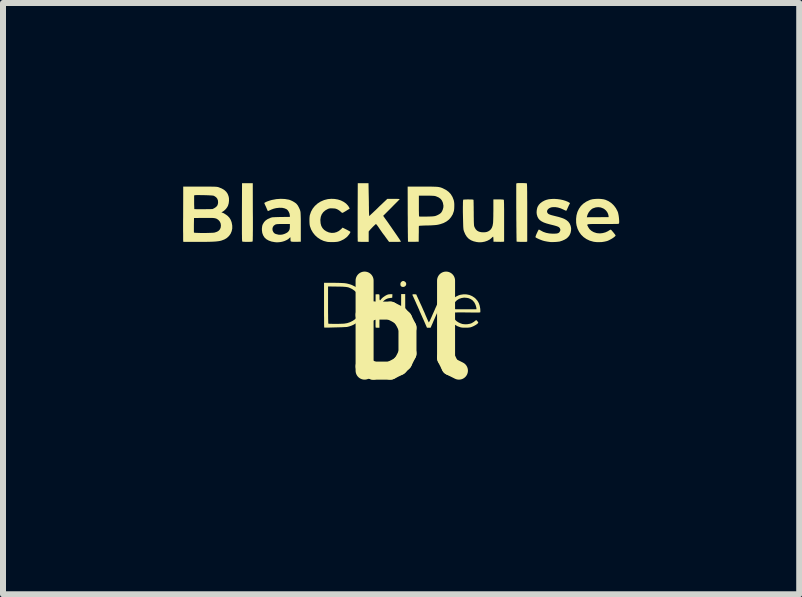
<source format=kicad_pcb>
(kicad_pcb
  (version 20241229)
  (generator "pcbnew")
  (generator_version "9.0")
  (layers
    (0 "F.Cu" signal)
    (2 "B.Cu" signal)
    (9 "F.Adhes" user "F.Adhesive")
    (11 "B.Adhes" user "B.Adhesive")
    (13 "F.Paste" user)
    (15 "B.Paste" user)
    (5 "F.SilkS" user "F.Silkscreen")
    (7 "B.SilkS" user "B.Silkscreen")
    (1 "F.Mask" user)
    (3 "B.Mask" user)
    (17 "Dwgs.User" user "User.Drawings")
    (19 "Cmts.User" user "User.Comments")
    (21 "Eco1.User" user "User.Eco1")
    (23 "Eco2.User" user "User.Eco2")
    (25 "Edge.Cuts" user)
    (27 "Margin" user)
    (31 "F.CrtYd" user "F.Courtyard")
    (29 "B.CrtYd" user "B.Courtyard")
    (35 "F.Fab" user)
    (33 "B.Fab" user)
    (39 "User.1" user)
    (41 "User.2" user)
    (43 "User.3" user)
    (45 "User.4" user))
  (footprint "bl"
    (layer "F.Cu")
    (at 3.738 2.446)
    (property "Reference" "bl" (at 0 0 0) (layer "F.SilkS") (effects (font (size 1.5 1.5) (thickness 0.3))))
    (attr board_only exclude_from_pos_files exclude_from_bom)
    (fp_poly (pts (xy -0.046 -0.807) (xy -0.03 -0.793) (xy -0.022 -0.776) (xy -0.021 -0.758) (xy -0.027 -0.741) (xy -0.039 -0.728) (xy -0.055 -0.718) (xy -0.075 -0.716) (xy -0.09 -0.718) (xy -0.106 -0.726) (xy -0.115 -0.739) (xy -0.118 -0.76) (xy -0.118 -0.763) (xy -0.116 -0.78) (xy -0.109 -0.793) (xy -0.103 -0.8) (xy -0.085 -0.813) (xy -0.066 -0.815)) (stroke (width 0) (type solid)) (fill yes) (layer "F.SilkS"))
    (fp_poly (pts (xy -0.037 -0.317) (xy -0.036 -0.036) (xy -0.069 -0.036) (xy -0.091 -0.037) (xy -0.103 -0.04) (xy -0.105 -0.042) (xy -0.106 -0.049) (xy -0.106 -0.064) (xy -0.106 -0.088) (xy -0.107 -0.119) (xy -0.107 -0.157) (xy -0.107 -0.2) (xy -0.107 -0.247) (xy -0.107 -0.298) (xy -0.106 -0.323) (xy -0.105 -0.597) (xy -0.072 -0.597) (xy -0.038 -0.597)) (stroke (width 0) (type solid)) (fill yes) (layer "F.SilkS"))
    (fp_poly (pts (xy -2.576 -1.962) (xy -2.575 -1.874) (xy -2.575 -1.796) (xy -2.575 -1.727) (xy -2.575 -1.668) (xy -2.576 -1.617) (xy -2.576 -1.575) (xy -2.577 -1.54) (xy -2.577 -1.513) (xy -2.578 -1.494) (xy -2.579 -1.481) (xy -2.58 -1.474) (xy -2.58 -1.474) (xy -2.585 -1.471) (xy -2.595 -1.469) (xy -2.612 -1.468) (xy -2.636 -1.467) (xy -2.667 -1.467) (xy -2.699 -1.467) (xy -2.723 -1.468) (xy -2.739 -1.469) (xy -2.749 -1.471) (xy -2.753 -1.474) (xy -2.754 -1.478) (xy -2.755 -1.489) (xy -2.756 -1.506) (xy -2.757 -1.53) (xy -2.757 -1.562) (xy -2.758 -1.602) (xy -2.758 -1.65) (xy -2.758 -1.706) (xy -2.758 -1.772) (xy -2.758 -1.847) (xy -2.758 -1.931) (xy -2.758 -1.962) (xy -2.756 -2.444) (xy -2.667 -2.444) (xy -2.577 -2.444)) (stroke (width 0) (type solid)) (fill yes) (layer "F.SilkS"))
    (fp_poly (pts (xy -0.252 -0.565) (xy -0.254 -0.536) (xy -0.289 -0.532) (xy -0.327 -0.525) (xy -0.358 -0.512) (xy -0.387 -0.492) (xy -0.402 -0.477) (xy -0.43 -0.442) (xy -0.449 -0.404) (xy -0.46 -0.362) (xy -0.461 -0.356) (xy -0.463 -0.342) (xy -0.464 -0.318) (xy -0.465 -0.288) (xy -0.466 -0.254) (xy -0.466 -0.216) (xy -0.467 -0.178) (xy -0.467 -0.036) (xy -0.498 -0.036) (xy -0.518 -0.037) (xy -0.529 -0.04) (xy -0.531 -0.042) (xy -0.531 -0.049) (xy -0.532 -0.064) (xy -0.532 -0.088) (xy -0.532 -0.119) (xy -0.532 -0.157) (xy -0.532 -0.199) (xy -0.532 -0.247) (xy -0.532 -0.298) (xy -0.532 -0.321) (xy -0.531 -0.592) (xy -0.503 -0.594) (xy -0.487 -0.594) (xy -0.474 -0.592) (xy -0.47 -0.59) (xy -0.468 -0.583) (xy -0.466 -0.568) (xy -0.466 -0.55) (xy -0.466 -0.549) (xy -0.466 -0.521) (xy -0.464 -0.502) (xy -0.459 -0.493) (xy -0.457 -0.492) (xy -0.452 -0.496) (xy -0.443 -0.506) (xy -0.439 -0.512) (xy -0.424 -0.529) (xy -0.401 -0.548) (xy -0.375 -0.566) (xy -0.347 -0.581) (xy -0.342 -0.584) (xy -0.317 -0.592) (xy -0.287 -0.595) (xy -0.284 -0.595) (xy -0.251 -0.595)) (stroke (width 0) (type solid)) (fill yes) (layer "F.SilkS"))
    (fp_poly (pts (xy 1.899 -2.446) (xy 1.928 -2.446) (xy 1.953 -2.445) (xy 1.972 -2.444) (xy 1.985 -2.443) (xy 1.988 -2.442) (xy 1.989 -2.439) (xy 1.99 -2.431) (xy 1.991 -2.417) (xy 1.992 -2.398) (xy 1.993 -2.372) (xy 1.993 -2.339) (xy 1.994 -2.299) (xy 1.994 -2.251) (xy 1.994 -2.194) (xy 1.995 -2.129) (xy 1.995 -2.054) (xy 1.995 -1.97) (xy 1.995 -1.961) (xy 1.995 -1.892) (xy 1.995 -1.826) (xy 1.995 -1.763) (xy 1.995 -1.704) (xy 1.995 -1.651) (xy 1.995 -1.603) (xy 1.995 -1.562) (xy 1.995 -1.528) (xy 1.995 -1.502) (xy 1.995 -1.484) (xy 1.995 -1.476) (xy 1.995 -1.476) (xy 1.994 -1.472) (xy 1.991 -1.47) (xy 1.984 -1.468) (xy 1.971 -1.467) (xy 1.952 -1.467) (xy 1.924 -1.467) (xy 1.908 -1.467) (xy 1.879 -1.467) (xy 1.854 -1.468) (xy 1.834 -1.469) (xy 1.822 -1.47) (xy 1.818 -1.471) (xy 1.818 -1.477) (xy 1.817 -1.492) (xy 1.817 -1.516) (xy 1.816 -1.547) (xy 1.816 -1.585) (xy 1.815 -1.629) (xy 1.815 -1.679) (xy 1.814 -1.732) (xy 1.814 -1.788) (xy 1.813 -1.847) (xy 1.813 -1.908) (xy 1.813 -1.969) (xy 1.812 -2.03) (xy 1.812 -2.089) (xy 1.812 -2.147) (xy 1.812 -2.202) (xy 1.812 -2.254) (xy 1.812 -2.301) (xy 1.812 -2.342) (xy 1.812 -2.377) (xy 1.812 -2.405) (xy 1.812 -2.425) (xy 1.813 -2.436) (xy 1.813 -2.437) (xy 1.815 -2.441) (xy 1.82 -2.443) (xy 1.829 -2.445) (xy 1.844 -2.446) (xy 1.866 -2.446) (xy 1.896 -2.446)) (stroke (width 0) (type solid)) (fill yes) (layer "F.SilkS"))
    (fp_poly (pts (xy 0.631 -0.582) (xy 0.626 -0.57) (xy 0.618 -0.553) (xy 0.613 -0.541) (xy 0.603 -0.519) (xy 0.592 -0.496) (xy 0.587 -0.483) (xy 0.579 -0.467) (xy 0.568 -0.444) (xy 0.556 -0.418) (xy 0.545 -0.395) (xy 0.524 -0.351) (xy 0.501 -0.3) (xy 0.477 -0.246) (xy 0.453 -0.191) (xy 0.43 -0.14) (xy 0.418 -0.11) (xy 0.412 -0.097) (xy 0.404 -0.079) (xy 0.398 -0.065) (xy 0.385 -0.036) (xy 0.355 -0.036) (xy 0.325 -0.036) (xy 0.282 -0.135) (xy 0.268 -0.167) (xy 0.253 -0.2) (xy 0.24 -0.23) (xy 0.228 -0.256) (xy 0.22 -0.275) (xy 0.22 -0.276) (xy 0.211 -0.294) (xy 0.204 -0.31) (xy 0.2 -0.319) (xy 0.2 -0.32) (xy 0.199 -0.323) (xy 0.197 -0.328) (xy 0.193 -0.339) (xy 0.185 -0.355) (xy 0.175 -0.378) (xy 0.161 -0.409) (xy 0.161 -0.409) (xy 0.152 -0.428) (xy 0.142 -0.452) (xy 0.131 -0.476) (xy 0.128 -0.482) (xy 0.118 -0.506) (xy 0.107 -0.529) (xy 0.098 -0.549) (xy 0.096 -0.554) (xy 0.086 -0.573) (xy 0.083 -0.585) (xy 0.085 -0.592) (xy 0.095 -0.594) (xy 0.112 -0.594) (xy 0.114 -0.594) (xy 0.146 -0.592) (xy 0.17 -0.538) (xy 0.182 -0.512) (xy 0.195 -0.484) (xy 0.206 -0.459) (xy 0.212 -0.446) (xy 0.226 -0.416) (xy 0.239 -0.388) (xy 0.252 -0.358) (xy 0.266 -0.326) (xy 0.283 -0.289) (xy 0.301 -0.245) (xy 0.313 -0.218) (xy 0.325 -0.19) (xy 0.336 -0.165) (xy 0.345 -0.146) (xy 0.351 -0.132) (xy 0.354 -0.127) (xy 0.356 -0.126) (xy 0.358 -0.129) (xy 0.362 -0.135) (xy 0.368 -0.145) (xy 0.376 -0.161) (xy 0.386 -0.183) (xy 0.399 -0.211) (xy 0.415 -0.248) (xy 0.435 -0.293) (xy 0.437 -0.297) (xy 0.445 -0.315) (xy 0.452 -0.331) (xy 0.454 -0.336) (xy 0.458 -0.345) (xy 0.465 -0.362) (xy 0.476 -0.385) (xy 0.488 -0.413) (xy 0.501 -0.444) (xy 0.51 -0.464) (xy 0.524 -0.496) (xy 0.537 -0.525) (xy 0.548 -0.55) (xy 0.556 -0.569) (xy 0.562 -0.581) (xy 0.563 -0.585) (xy 0.571 -0.59) (xy 0.586 -0.593) (xy 0.602 -0.594) (xy 0.636 -0.595)) (stroke (width 0) (type solid)) (fill yes) (layer "F.SilkS"))
    (fp_poly (pts (xy -1.215 -2.182) (xy -1.161 -2.173) (xy -1.11 -2.157) (xy -1.064 -2.134) (xy -1.023 -2.105) (xy -0.991 -2.071) (xy -0.979 -2.053) (xy -0.97 -2.037) (xy -0.965 -2.024) (xy -0.965 -2.017) (xy -0.968 -2.015) (xy -0.974 -2.013) (xy -0.986 -2.006) (xy -1.004 -1.995) (xy -1.021 -1.984) (xy -1.041 -1.972) (xy -1.06 -1.961) (xy -1.074 -1.953) (xy -1.08 -1.951) (xy -1.089 -1.951) (xy -1.1 -1.958) (xy -1.114 -1.971) (xy -1.132 -1.986) (xy -1.153 -2) (xy -1.167 -2.008) (xy -1.183 -2.015) (xy -1.198 -2.02) (xy -1.215 -2.023) (xy -1.237 -2.024) (xy -1.249 -2.025) (xy -1.274 -2.025) (xy -1.292 -2.025) (xy -1.305 -2.022) (xy -1.319 -2.018) (xy -1.328 -2.014) (xy -1.37 -1.99) (xy -1.403 -1.961) (xy -1.428 -1.926) (xy -1.444 -1.885) (xy -1.451 -1.839) (xy -1.451 -1.825) (xy -1.447 -1.775) (xy -1.436 -1.733) (xy -1.416 -1.697) (xy -1.389 -1.667) (xy -1.353 -1.643) (xy -1.309 -1.624) (xy -1.303 -1.623) (xy -1.263 -1.616) (xy -1.221 -1.618) (xy -1.181 -1.629) (xy -1.143 -1.648) (xy -1.109 -1.676) (xy -1.108 -1.676) (xy -1.081 -1.704) (xy -1.017 -1.672) (xy -0.994 -1.66) (xy -0.974 -1.649) (xy -0.959 -1.64) (xy -0.951 -1.634) (xy -0.951 -1.633) (xy -0.952 -1.625) (xy -0.959 -1.611) (xy -0.97 -1.594) (xy -0.985 -1.575) (xy -1 -1.557) (xy -1.016 -1.542) (xy -1.016 -1.542) (xy -1.06 -1.51) (xy -1.111 -1.485) (xy -1.133 -1.477) (xy -1.15 -1.472) (xy -1.168 -1.468) (xy -1.19 -1.466) (xy -1.217 -1.464) (xy -1.238 -1.464) (xy -1.267 -1.464) (xy -1.295 -1.464) (xy -1.318 -1.465) (xy -1.335 -1.467) (xy -1.337 -1.467) (xy -1.395 -1.482) (xy -1.448 -1.506) (xy -1.497 -1.538) (xy -1.54 -1.577) (xy -1.576 -1.622) (xy -1.605 -1.673) (xy -1.625 -1.728) (xy -1.626 -1.733) (xy -1.63 -1.755) (xy -1.632 -1.784) (xy -1.633 -1.816) (xy -1.633 -1.85) (xy -1.631 -1.88) (xy -1.628 -1.905) (xy -1.626 -1.913) (xy -1.607 -1.969) (xy -1.579 -2.02) (xy -1.543 -2.065) (xy -1.5 -2.104) (xy -1.449 -2.137) (xy -1.392 -2.162) (xy -1.382 -2.165) (xy -1.327 -2.179) (xy -1.27 -2.184)) (stroke (width 0) (type solid)) (fill yes) (layer "F.SilkS"))
    (fp_poly (pts (xy -1.237 -0.785) (xy -1.179 -0.784) (xy -1.129 -0.783) (xy -1.087 -0.781) (xy -1.051 -0.779) (xy -1.02 -0.775) (xy -0.993 -0.769) (xy -0.967 -0.762) (xy -0.942 -0.754) (xy -0.924 -0.747) (xy -0.87 -0.72) (xy -0.823 -0.685) (xy -0.783 -0.644) (xy -0.75 -0.596) (xy -0.725 -0.544) (xy -0.708 -0.489) (xy -0.701 -0.43) (xy -0.702 -0.369) (xy -0.703 -0.365) (xy -0.715 -0.304) (xy -0.735 -0.249) (xy -0.764 -0.199) (xy -0.802 -0.154) (xy -0.847 -0.117) (xy -0.901 -0.085) (xy -0.931 -0.072) (xy -0.938 -0.069) (xy -0.948 -0.066) (xy -0.962 -0.061) (xy -0.983 -0.055) (xy -1 -0.051) (xy -1.009 -0.049) (xy -1.027 -0.048) (xy -1.051 -0.047) (xy -1.081 -0.045) (xy -1.116 -0.044) (xy -1.153 -0.043) (xy -1.192 -0.042) (xy -1.231 -0.041) (xy -1.268 -0.04) (xy -1.303 -0.039) (xy -1.333 -0.039) (xy -1.358 -0.039) (xy -1.376 -0.039) (xy -1.386 -0.04) (xy -1.388 -0.041) (xy -1.388 -0.046) (xy -1.388 -0.061) (xy -1.389 -0.084) (xy -1.389 -0.115) (xy -1.389 -0.154) (xy -1.389 -0.198) (xy -1.39 -0.248) (xy -1.39 -0.302) (xy -1.39 -0.36) (xy -1.39 -0.414) (xy -1.39 -0.417) (xy -1.323 -0.417) (xy -1.323 -0.352) (xy -1.323 -0.294) (xy -1.322 -0.243) (xy -1.322 -0.199) (xy -1.321 -0.162) (xy -1.32 -0.134) (xy -1.32 -0.115) (xy -1.319 -0.106) (xy -1.318 -0.105) (xy -1.312 -0.103) (xy -1.297 -0.102) (xy -1.275 -0.102) (xy -1.248 -0.101) (xy -1.217 -0.101) (xy -1.184 -0.101) (xy -1.151 -0.101) (xy -1.119 -0.102) (xy -1.09 -0.103) (xy -1.066 -0.104) (xy -1.053 -0.105) (xy -1.004 -0.113) (xy -0.956 -0.129) (xy -0.911 -0.152) (xy -0.87 -0.18) (xy -0.836 -0.213) (xy -0.81 -0.249) (xy -0.806 -0.255) (xy -0.786 -0.303) (xy -0.774 -0.356) (xy -0.769 -0.409) (xy -0.773 -0.463) (xy -0.785 -0.514) (xy -0.804 -0.559) (xy -0.835 -0.606) (xy -0.872 -0.645) (xy -0.914 -0.676) (xy -0.94 -0.69) (xy -0.958 -0.698) (xy -0.974 -0.705) (xy -0.99 -0.71) (xy -1.007 -0.713) (xy -1.026 -0.716) (xy -1.05 -0.718) (xy -1.078 -0.72) (xy -1.114 -0.721) (xy -1.158 -0.721) (xy -1.173 -0.722) (xy -1.323 -0.724) (xy -1.323 -0.417) (xy -1.39 -0.417) (xy -1.39 -0.785)) (stroke (width 0) (type solid)) (fill yes) (layer "F.SilkS"))
    (fp_poly (pts (xy -0.646 -2.272) (xy -0.645 -2.225) (xy -0.644 -2.176) (xy -0.643 -2.127) (xy -0.643 -2.081) (xy -0.642 -2.04) (xy -0.642 -2.006) (xy -0.642 -1.998) (xy -0.641 -1.963) (xy -0.64 -1.935) (xy -0.639 -1.914) (xy -0.638 -1.901) (xy -0.636 -1.898) (xy -0.631 -1.902) (xy -0.62 -1.912) (xy -0.604 -1.928) (xy -0.583 -1.947) (xy -0.558 -1.971) (xy -0.531 -1.996) (xy -0.527 -2) (xy -0.497 -2.029) (xy -0.468 -2.058) (xy -0.439 -2.085) (xy -0.414 -2.109) (xy -0.393 -2.129) (xy -0.379 -2.142) (xy -0.336 -2.183) (xy -0.232 -2.183) (xy -0.201 -2.183) (xy -0.173 -2.183) (xy -0.151 -2.182) (xy -0.135 -2.181) (xy -0.128 -2.18) (xy -0.128 -2.18) (xy -0.132 -2.176) (xy -0.142 -2.165) (xy -0.157 -2.149) (xy -0.178 -2.128) (xy -0.203 -2.103) (xy -0.231 -2.075) (xy -0.261 -2.044) (xy -0.267 -2.038) (xy -0.405 -1.9) (xy -0.388 -1.877) (xy -0.377 -1.861) (xy -0.361 -1.839) (xy -0.342 -1.813) (xy -0.32 -1.782) (xy -0.297 -1.748) (xy -0.272 -1.713) (xy -0.247 -1.676) (xy -0.221 -1.639) (xy -0.197 -1.604) (xy -0.174 -1.571) (xy -0.154 -1.541) (xy -0.136 -1.515) (xy -0.123 -1.494) (xy -0.113 -1.48) (xy -0.109 -1.473) (xy -0.109 -1.473) (xy -0.11 -1.471) (xy -0.117 -1.469) (xy -0.13 -1.468) (xy -0.15 -1.467) (xy -0.179 -1.467) (xy -0.207 -1.467) (xy -0.307 -1.467) (xy -0.349 -1.524) (xy -0.366 -1.547) (xy -0.381 -1.569) (xy -0.395 -1.586) (xy -0.404 -1.599) (xy -0.405 -1.6) (xy -0.413 -1.61) (xy -0.425 -1.627) (xy -0.44 -1.649) (xy -0.457 -1.673) (xy -0.469 -1.691) (xy -0.485 -1.715) (xy -0.5 -1.736) (xy -0.513 -1.752) (xy -0.521 -1.761) (xy -0.525 -1.764) (xy -0.53 -1.761) (xy -0.541 -1.751) (xy -0.556 -1.737) (xy -0.574 -1.72) (xy -0.592 -1.701) (xy -0.61 -1.682) (xy -0.626 -1.665) (xy -0.632 -1.657) (xy -0.646 -1.64) (xy -0.646 -1.553) (xy -0.646 -1.467) (xy -0.736 -1.467) (xy -0.771 -1.467) (xy -0.796 -1.468) (xy -0.814 -1.469) (xy -0.824 -1.47) (xy -0.828 -1.473) (xy -0.828 -1.473) (xy -0.829 -1.479) (xy -0.829 -1.495) (xy -0.829 -1.519) (xy -0.83 -1.551) (xy -0.83 -1.591) (xy -0.83 -1.637) (xy -0.83 -1.69) (xy -0.83 -1.747) (xy -0.83 -1.809) (xy -0.83 -1.875) (xy -0.83 -1.944) (xy -0.83 -1.962) (xy -0.828 -2.444) (xy -0.738 -2.444) (xy -0.649 -2.444)) (stroke (width 0) (type solid)) (fill yes) (layer "F.SilkS"))
    (fp_poly (pts (xy 1.55 -2.174) (xy 1.577 -2.173) (xy 1.594 -2.171) (xy 1.603 -2.169) (xy 1.604 -2.168) (xy 1.605 -2.164) (xy 1.607 -2.155) (xy 1.607 -2.141) (xy 1.608 -2.119) (xy 1.609 -2.092) (xy 1.609 -2.056) (xy 1.61 -2.013) (xy 1.61 -1.961) (xy 1.61 -1.9) (xy 1.61 -1.829) (xy 1.61 -1.817) (xy 1.61 -1.472) (xy 1.599 -1.469) (xy 1.59 -1.468) (xy 1.572 -1.468) (xy 1.549 -1.467) (xy 1.522 -1.468) (xy 1.51 -1.468) (xy 1.433 -1.469) (xy 1.432 -1.512) (xy 1.431 -1.531) (xy 1.429 -1.546) (xy 1.427 -1.553) (xy 1.426 -1.554) (xy 1.421 -1.55) (xy 1.411 -1.542) (xy 1.402 -1.533) (xy 1.37 -1.506) (xy 1.33 -1.485) (xy 1.286 -1.47) (xy 1.238 -1.461) (xy 1.189 -1.46) (xy 1.154 -1.464) (xy 1.102 -1.476) (xy 1.058 -1.494) (xy 1.02 -1.519) (xy 0.989 -1.551) (xy 0.963 -1.592) (xy 0.942 -1.641) (xy 0.935 -1.664) (xy 0.933 -1.675) (xy 0.931 -1.695) (xy 0.929 -1.722) (xy 0.928 -1.755) (xy 0.927 -1.792) (xy 0.926 -1.833) (xy 0.925 -1.876) (xy 0.924 -1.921) (xy 0.923 -1.965) (xy 0.923 -2.008) (xy 0.923 -2.048) (xy 0.924 -2.085) (xy 0.924 -2.116) (xy 0.925 -2.141) (xy 0.927 -2.159) (xy 0.928 -2.169) (xy 0.929 -2.17) (xy 0.936 -2.171) (xy 0.952 -2.172) (xy 0.974 -2.173) (xy 1 -2.174) (xy 1.017 -2.174) (xy 1.047 -2.173) (xy 1.069 -2.173) (xy 1.083 -2.172) (xy 1.092 -2.171) (xy 1.097 -2.169) (xy 1.099 -2.165) (xy 1.1 -2.162) (xy 1.101 -2.155) (xy 1.101 -2.138) (xy 1.102 -2.114) (xy 1.102 -2.083) (xy 1.103 -2.046) (xy 1.103 -2.005) (xy 1.104 -1.96) (xy 1.104 -1.946) (xy 1.104 -1.895) (xy 1.105 -1.853) (xy 1.105 -1.819) (xy 1.106 -1.791) (xy 1.107 -1.77) (xy 1.108 -1.754) (xy 1.109 -1.742) (xy 1.11 -1.732) (xy 1.113 -1.724) (xy 1.115 -1.717) (xy 1.117 -1.712) (xy 1.135 -1.679) (xy 1.159 -1.654) (xy 1.19 -1.637) (xy 1.227 -1.628) (xy 1.259 -1.626) (xy 1.293 -1.627) (xy 1.32 -1.632) (xy 1.344 -1.641) (xy 1.366 -1.655) (xy 1.368 -1.656) (xy 1.39 -1.677) (xy 1.406 -1.703) (xy 1.418 -1.736) (xy 1.425 -1.776) (xy 1.426 -1.783) (xy 1.427 -1.801) (xy 1.428 -1.827) (xy 1.429 -1.86) (xy 1.43 -1.898) (xy 1.43 -1.94) (xy 1.431 -1.983) (xy 1.431 -2.004) (xy 1.431 -2.174) (xy 1.514 -2.174)) (stroke (width 0) (type solid)) (fill yes) (layer "F.SilkS"))
    (fp_poly (pts (xy 3.222 -2.182) (xy 3.267 -2.176) (xy 3.3 -2.167) (xy 3.351 -2.144) (xy 3.398 -2.112) (xy 3.438 -2.073) (xy 3.472 -2.028) (xy 3.499 -1.977) (xy 3.508 -1.953) (xy 3.512 -1.934) (xy 3.517 -1.91) (xy 3.521 -1.883) (xy 3.524 -1.855) (xy 3.526 -1.828) (xy 3.527 -1.804) (xy 3.526 -1.785) (xy 3.524 -1.774) (xy 3.523 -1.772) (xy 3.521 -1.77) (xy 3.516 -1.769) (xy 3.508 -1.767) (xy 3.496 -1.766) (xy 3.48 -1.766) (xy 3.458 -1.765) (xy 3.429 -1.765) (xy 3.394 -1.764) (xy 3.35 -1.764) (xy 3.297 -1.764) (xy 3.256 -1.764) (xy 3.196 -1.764) (xy 3.145 -1.764) (xy 3.103 -1.764) (xy 3.07 -1.764) (xy 3.043 -1.763) (xy 3.024 -1.762) (xy 3.009 -1.76) (xy 3.001 -1.757) (xy 2.996 -1.752) (xy 2.995 -1.747) (xy 2.997 -1.741) (xy 3.001 -1.733) (xy 3.006 -1.723) (xy 3.01 -1.714) (xy 3.033 -1.679) (xy 3.064 -1.651) (xy 3.102 -1.629) (xy 3.147 -1.614) (xy 3.165 -1.611) (xy 3.207 -1.608) (xy 3.252 -1.613) (xy 3.297 -1.625) (xy 3.338 -1.644) (xy 3.363 -1.66) (xy 3.375 -1.667) (xy 3.385 -1.67) (xy 3.387 -1.67) (xy 3.394 -1.665) (xy 3.405 -1.654) (xy 3.418 -1.638) (xy 3.433 -1.621) (xy 3.446 -1.604) (xy 3.458 -1.589) (xy 3.465 -1.578) (xy 3.467 -1.573) (xy 3.462 -1.564) (xy 3.45 -1.552) (xy 3.432 -1.538) (xy 3.41 -1.523) (xy 3.385 -1.509) (xy 3.359 -1.495) (xy 3.334 -1.484) (xy 3.322 -1.48) (xy 3.284 -1.471) (xy 3.24 -1.464) (xy 3.193 -1.462) (xy 3.147 -1.463) (xy 3.105 -1.468) (xy 3.096 -1.47) (xy 3.036 -1.487) (xy 2.982 -1.513) (xy 2.934 -1.546) (xy 2.893 -1.586) (xy 2.86 -1.632) (xy 2.834 -1.684) (xy 2.817 -1.74) (xy 2.81 -1.785) (xy 2.809 -1.849) (xy 2.812 -1.877) (xy 2.988 -1.877) (xy 3.17 -1.878) (xy 3.351 -1.879) (xy 3.35 -1.899) (xy 3.342 -1.931) (xy 3.327 -1.963) (xy 3.305 -1.991) (xy 3.278 -2.014) (xy 3.261 -2.024) (xy 3.22 -2.04) (xy 3.178 -2.045) (xy 3.136 -2.041) (xy 3.092 -2.026) (xy 3.086 -2.024) (xy 3.062 -2.007) (xy 3.038 -1.983) (xy 3.017 -1.955) (xy 3.001 -1.923) (xy 2.992 -1.894) (xy 2.988 -1.877) (xy 2.812 -1.877) (xy 2.816 -1.91) (xy 2.832 -1.967) (xy 2.857 -2.018) (xy 2.889 -2.064) (xy 2.929 -2.103) (xy 2.977 -2.136) (xy 3.032 -2.162) (xy 3.044 -2.167) (xy 3.082 -2.177) (xy 3.127 -2.182) (xy 3.175 -2.184)) (stroke (width 0) (type solid)) (fill yes) (layer "F.SilkS"))
    (fp_poly (pts (xy 0.309 -2.387) (xy 0.359 -2.387) (xy 0.402 -2.387) (xy 0.437 -2.386) (xy 0.466 -2.385) (xy 0.49 -2.384) (xy 0.51 -2.382) (xy 0.527 -2.379) (xy 0.542 -2.376) (xy 0.556 -2.372) (xy 0.57 -2.367) (xy 0.585 -2.361) (xy 0.591 -2.358) (xy 0.642 -2.332) (xy 0.686 -2.3) (xy 0.722 -2.261) (xy 0.75 -2.215) (xy 0.77 -2.163) (xy 0.772 -2.156) (xy 0.777 -2.13) (xy 0.78 -2.098) (xy 0.78 -2.063) (xy 0.779 -2.028) (xy 0.776 -1.997) (xy 0.772 -1.977) (xy 0.754 -1.925) (xy 0.726 -1.879) (xy 0.692 -1.839) (xy 0.649 -1.806) (xy 0.6 -1.78) (xy 0.544 -1.761) (xy 0.538 -1.76) (xy 0.515 -1.754) (xy 0.493 -1.75) (xy 0.47 -1.747) (xy 0.444 -1.745) (xy 0.413 -1.743) (xy 0.376 -1.741) (xy 0.331 -1.74) (xy 0.322 -1.74) (xy 0.277 -1.739) (xy 0.241 -1.737) (xy 0.215 -1.736) (xy 0.198 -1.734) (xy 0.19 -1.732) (xy 0.19 -1.731) (xy 0.19 -1.725) (xy 0.189 -1.71) (xy 0.189 -1.687) (xy 0.189 -1.658) (xy 0.189 -1.625) (xy 0.188 -1.597) (xy 0.187 -1.469) (xy 0.099 -1.468) (xy 0.07 -1.468) (xy 0.045 -1.468) (xy 0.025 -1.468) (xy 0.012 -1.469) (xy 0.009 -1.47) (xy 0.008 -1.476) (xy 0.008 -1.491) (xy 0.008 -1.515) (xy 0.007 -1.547) (xy 0.007 -1.586) (xy 0.006 -1.632) (xy 0.006 -1.684) (xy 0.005 -1.741) (xy 0.005 -1.802) (xy 0.005 -1.866) (xy 0.004 -1.931) (xy 0.004 -2.065) (xy 0.19 -2.065) (xy 0.19 -2.024) (xy 0.19 -1.986) (xy 0.191 -1.953) (xy 0.191 -1.926) (xy 0.192 -1.905) (xy 0.193 -1.893) (xy 0.194 -1.89) (xy 0.2 -1.889) (xy 0.214 -1.888) (xy 0.237 -1.888) (xy 0.265 -1.888) (xy 0.297 -1.888) (xy 0.321 -1.888) (xy 0.36 -1.889) (xy 0.391 -1.89) (xy 0.415 -1.891) (xy 0.434 -1.893) (xy 0.449 -1.895) (xy 0.461 -1.897) (xy 0.472 -1.901) (xy 0.476 -1.902) (xy 0.506 -1.915) (xy 0.533 -1.93) (xy 0.555 -1.947) (xy 0.56 -1.952) (xy 0.577 -1.978) (xy 0.59 -2.01) (xy 0.598 -2.043) (xy 0.599 -2.075) (xy 0.598 -2.076) (xy 0.59 -2.119) (xy 0.574 -2.155) (xy 0.552 -2.183) (xy 0.521 -2.206) (xy 0.482 -2.223) (xy 0.477 -2.225) (xy 0.466 -2.229) (xy 0.455 -2.231) (xy 0.442 -2.233) (xy 0.426 -2.234) (xy 0.405 -2.235) (xy 0.378 -2.236) (xy 0.343 -2.236) (xy 0.317 -2.236) (xy 0.19 -2.236) (xy 0.19 -2.065) (xy 0.004 -2.065) (xy 0.003 -2.387) (xy 0.249 -2.387)) (stroke (width 0) (type solid)) (fill yes) (layer "F.SilkS"))
    (fp_poly (pts (xy 0.983 -0.592) (xy 1.032 -0.582) (xy 1.077 -0.563) (xy 1.118 -0.536) (xy 1.136 -0.52) (xy 1.166 -0.485) (xy 1.188 -0.447) (xy 1.203 -0.404) (xy 1.212 -0.355) (xy 1.213 -0.341) (xy 1.214 -0.318) (xy 1.214 -0.304) (xy 1.213 -0.295) (xy 1.21 -0.292) (xy 1.203 -0.291) (xy 1.187 -0.29) (xy 1.164 -0.29) (xy 1.134 -0.29) (xy 1.098 -0.29) (xy 1.058 -0.29) (xy 1.015 -0.291) (xy 1.015 -0.291) (xy 0.97 -0.291) (xy 0.927 -0.292) (xy 0.887 -0.292) (xy 0.851 -0.292) (xy 0.822 -0.291) (xy 0.8 -0.291) (xy 0.788 -0.29) (xy 0.768 -0.288) (xy 0.756 -0.286) (xy 0.751 -0.283) (xy 0.749 -0.278) (xy 0.749 -0.272) (xy 0.752 -0.251) (xy 0.761 -0.226) (xy 0.774 -0.2) (xy 0.79 -0.175) (xy 0.801 -0.161) (xy 0.822 -0.143) (xy 0.85 -0.125) (xy 0.882 -0.11) (xy 0.914 -0.099) (xy 0.926 -0.097) (xy 0.961 -0.094) (xy 0.999 -0.095) (xy 1.037 -0.102) (xy 1.06 -0.108) (xy 1.079 -0.118) (xy 1.101 -0.131) (xy 1.116 -0.142) (xy 1.145 -0.165) (xy 1.162 -0.148) (xy 1.172 -0.136) (xy 1.179 -0.126) (xy 1.179 -0.122) (xy 1.175 -0.113) (xy 1.163 -0.101) (xy 1.144 -0.087) (xy 1.122 -0.074) (xy 1.097 -0.061) (xy 1.071 -0.05) (xy 1.049 -0.043) (xy 1.028 -0.04) (xy 1 -0.037) (xy 0.968 -0.037) (xy 0.937 -0.037) (xy 0.908 -0.039) (xy 0.886 -0.043) (xy 0.882 -0.044) (xy 0.832 -0.062) (xy 0.787 -0.089) (xy 0.749 -0.124) (xy 0.719 -0.166) (xy 0.696 -0.214) (xy 0.689 -0.233) (xy 0.684 -0.259) (xy 0.681 -0.29) (xy 0.68 -0.324) (xy 0.681 -0.357) (xy 0.681 -0.359) (xy 0.746 -0.359) (xy 0.746 -0.348) (xy 0.747 -0.347) (xy 0.753 -0.346) (xy 0.768 -0.345) (xy 0.791 -0.345) (xy 0.82 -0.344) (xy 0.856 -0.344) (xy 0.896 -0.344) (xy 0.939 -0.344) (xy 0.95 -0.344) (xy 1.149 -0.344) (xy 1.149 -0.358) (xy 1.146 -0.376) (xy 1.14 -0.399) (xy 1.131 -0.424) (xy 1.12 -0.446) (xy 1.113 -0.459) (xy 1.087 -0.49) (xy 1.056 -0.512) (xy 1.019 -0.528) (xy 0.99 -0.534) (xy 0.944 -0.538) (xy 0.9 -0.531) (xy 0.859 -0.517) (xy 0.823 -0.494) (xy 0.792 -0.464) (xy 0.768 -0.427) (xy 0.764 -0.419) (xy 0.756 -0.397) (xy 0.749 -0.376) (xy 0.746 -0.359) (xy 0.681 -0.359) (xy 0.685 -0.384) (xy 0.687 -0.392) (xy 0.706 -0.443) (xy 0.733 -0.487) (xy 0.767 -0.525) (xy 0.808 -0.555) (xy 0.855 -0.577) (xy 0.881 -0.585) (xy 0.933 -0.593)) (stroke (width 0) (type solid)) (fill yes) (layer "F.SilkS"))
    (fp_poly (pts (xy 2.489 -2.18) (xy 2.494 -2.18) (xy 2.544 -2.173) (xy 2.591 -2.163) (xy 2.633 -2.15) (xy 2.668 -2.136) (xy 2.694 -2.122) (xy 2.708 -2.112) (xy 2.69 -2.078) (xy 2.68 -2.056) (xy 2.669 -2.032) (xy 2.661 -2.014) (xy 2.654 -1.999) (xy 2.648 -1.988) (xy 2.644 -1.985) (xy 2.637 -1.987) (xy 2.623 -1.993) (xy 2.605 -2.001) (xy 2.6 -2.004) (xy 2.553 -2.025) (xy 2.506 -2.039) (xy 2.461 -2.046) (xy 2.42 -2.045) (xy 2.393 -2.041) (xy 2.366 -2.03) (xy 2.345 -2.015) (xy 2.331 -1.997) (xy 2.325 -1.978) (xy 2.327 -1.959) (xy 2.338 -1.942) (xy 2.34 -1.939) (xy 2.349 -1.932) (xy 2.36 -1.926) (xy 2.375 -1.92) (xy 2.395 -1.913) (xy 2.422 -1.906) (xy 2.457 -1.897) (xy 2.473 -1.893) (xy 2.518 -1.882) (xy 2.554 -1.871) (xy 2.584 -1.861) (xy 2.609 -1.851) (xy 2.631 -1.839) (xy 2.649 -1.828) (xy 2.68 -1.802) (xy 2.703 -1.77) (xy 2.718 -1.734) (xy 2.726 -1.695) (xy 2.725 -1.656) (xy 2.717 -1.616) (xy 2.7 -1.578) (xy 2.679 -1.55) (xy 2.654 -1.526) (xy 2.62 -1.505) (xy 2.58 -1.487) (xy 2.537 -1.473) (xy 2.533 -1.472) (xy 2.516 -1.47) (xy 2.492 -1.467) (xy 2.464 -1.465) (xy 2.435 -1.464) (xy 2.407 -1.464) (xy 2.383 -1.464) (xy 2.372 -1.465) (xy 2.329 -1.471) (xy 2.283 -1.48) (xy 2.254 -1.488) (xy 2.234 -1.495) (xy 2.211 -1.504) (xy 2.187 -1.514) (xy 2.166 -1.524) (xy 2.148 -1.533) (xy 2.136 -1.541) (xy 2.132 -1.545) (xy 2.133 -1.552) (xy 2.137 -1.566) (xy 2.144 -1.585) (xy 2.153 -1.606) (xy 2.163 -1.627) (xy 2.172 -1.646) (xy 2.18 -1.661) (xy 2.186 -1.67) (xy 2.189 -1.672) (xy 2.197 -1.669) (xy 2.209 -1.663) (xy 2.215 -1.659) (xy 2.261 -1.634) (xy 2.31 -1.617) (xy 2.362 -1.607) (xy 2.42 -1.603) (xy 2.426 -1.603) (xy 2.461 -1.604) (xy 2.489 -1.606) (xy 2.509 -1.612) (xy 2.524 -1.62) (xy 2.534 -1.632) (xy 2.54 -1.643) (xy 2.546 -1.657) (xy 2.547 -1.669) (xy 2.544 -1.681) (xy 2.539 -1.693) (xy 2.532 -1.702) (xy 2.523 -1.711) (xy 2.509 -1.719) (xy 2.489 -1.727) (xy 2.463 -1.735) (xy 2.43 -1.744) (xy 2.389 -1.754) (xy 2.369 -1.759) (xy 2.315 -1.774) (xy 2.27 -1.79) (xy 2.233 -1.809) (xy 2.204 -1.83) (xy 2.182 -1.855) (xy 2.166 -1.885) (xy 2.156 -1.919) (xy 2.154 -1.926) (xy 2.151 -1.96) (xy 2.154 -1.997) (xy 2.162 -2.034) (xy 2.171 -2.056) (xy 2.189 -2.085) (xy 2.216 -2.113) (xy 2.249 -2.137) (xy 2.287 -2.157) (xy 2.318 -2.168) (xy 2.355 -2.177) (xy 2.398 -2.181) (xy 2.444 -2.183)) (stroke (width 0) (type solid)) (fill yes) (layer "F.SilkS"))
    (fp_poly (pts (xy -2.042 -2.181) (xy -1.978 -2.17) (xy -1.972 -2.169) (xy -1.943 -2.158) (xy -1.911 -2.143) (xy -1.881 -2.125) (xy -1.856 -2.107) (xy -1.849 -2.1) (xy -1.827 -2.073) (xy -1.808 -2.038) (xy -1.791 -2) (xy -1.784 -1.974) (xy -1.782 -1.965) (xy -1.781 -1.952) (xy -1.78 -1.934) (xy -1.779 -1.91) (xy -1.778 -1.88) (xy -1.777 -1.843) (xy -1.777 -1.798) (xy -1.777 -1.743) (xy -1.777 -1.708) (xy -1.777 -1.469) (xy -1.849 -1.468) (xy -1.877 -1.468) (xy -1.901 -1.468) (xy -1.921 -1.469) (xy -1.933 -1.471) (xy -1.935 -1.472) (xy -1.942 -1.475) (xy -1.947 -1.48) (xy -1.948 -1.49) (xy -1.949 -1.507) (xy -1.949 -1.51) (xy -1.949 -1.527) (xy -1.95 -1.539) (xy -1.952 -1.544) (xy -1.957 -1.54) (xy -1.965 -1.532) (xy -1.966 -1.531) (xy -1.987 -1.512) (xy -2.017 -1.495) (xy -2.051 -1.48) (xy -2.088 -1.469) (xy -2.115 -1.464) (xy -2.141 -1.461) (xy -2.159 -1.46) (xy -2.174 -1.459) (xy -2.189 -1.46) (xy -2.207 -1.462) (xy -2.21 -1.462) (xy -2.265 -1.472) (xy -2.312 -1.489) (xy -2.351 -1.511) (xy -2.382 -1.54) (xy -2.404 -1.575) (xy -2.419 -1.616) (xy -2.425 -1.663) (xy -2.425 -1.689) (xy -2.249 -1.689) (xy -2.248 -1.662) (xy -2.242 -1.645) (xy -2.231 -1.625) (xy -2.217 -1.61) (xy -2.197 -1.599) (xy -2.183 -1.595) (xy -2.146 -1.586) (xy -2.105 -1.586) (xy -2.078 -1.59) (xy -2.05 -1.599) (xy -2.023 -1.611) (xy -2.001 -1.624) (xy -1.989 -1.634) (xy -1.974 -1.653) (xy -1.965 -1.672) (xy -1.96 -1.695) (xy -1.959 -1.723) (xy -1.959 -1.764) (xy -2.07 -1.764) (xy -2.107 -1.764) (xy -2.135 -1.764) (xy -2.157 -1.763) (xy -2.172 -1.762) (xy -2.184 -1.76) (xy -2.193 -1.758) (xy -2.201 -1.755) (xy -2.204 -1.753) (xy -2.227 -1.737) (xy -2.242 -1.715) (xy -2.249 -1.689) (xy -2.425 -1.689) (xy -2.425 -1.689) (xy -2.422 -1.716) (xy -2.419 -1.736) (xy -2.413 -1.753) (xy -2.408 -1.764) (xy -2.388 -1.797) (xy -2.362 -1.824) (xy -2.328 -1.847) (xy -2.287 -1.865) (xy -2.28 -1.868) (xy -2.27 -1.871) (xy -2.26 -1.874) (xy -2.248 -1.876) (xy -2.233 -1.877) (xy -2.214 -1.878) (xy -2.189 -1.879) (xy -2.156 -1.88) (xy -2.116 -1.881) (xy -2.103 -1.881) (xy -1.958 -1.883) (xy -1.96 -1.91) (xy -1.966 -1.941) (xy -1.979 -1.97) (xy -1.996 -1.995) (xy -2.013 -2.01) (xy -2.047 -2.025) (xy -2.087 -2.034) (xy -2.134 -2.035) (xy -2.143 -2.034) (xy -2.188 -2.029) (xy -2.229 -2.019) (xy -2.27 -2.004) (xy -2.284 -1.997) (xy -2.302 -1.989) (xy -2.316 -1.983) (xy -2.324 -1.98) (xy -2.325 -1.979) (xy -2.328 -1.984) (xy -2.333 -1.994) (xy -2.334 -1.996) (xy -2.339 -2.008) (xy -2.347 -2.026) (xy -2.356 -2.048) (xy -2.362 -2.061) (xy -2.372 -2.081) (xy -2.379 -2.098) (xy -2.384 -2.11) (xy -2.385 -2.113) (xy -2.38 -2.119) (xy -2.367 -2.126) (xy -2.349 -2.135) (xy -2.326 -2.144) (xy -2.3 -2.153) (xy -2.274 -2.161) (xy -2.259 -2.165) (xy -2.184 -2.179) (xy -2.111 -2.184)) (stroke (width 0) (type solid)) (fill yes) (layer "F.SilkS"))
    (fp_poly (pts (xy -3.396 -2.387) (xy -3.345 -2.387) (xy -3.302 -2.387) (xy -3.266 -2.387) (xy -3.238 -2.386) (xy -3.215 -2.386) (xy -3.197 -2.385) (xy -3.183 -2.384) (xy -3.172 -2.383) (xy -3.163 -2.381) (xy -3.155 -2.38) (xy -3.147 -2.377) (xy -3.141 -2.375) (xy -3.092 -2.355) (xy -3.052 -2.331) (xy -3.02 -2.302) (xy -2.997 -2.269) (xy -2.981 -2.229) (xy -2.974 -2.196) (xy -2.973 -2.154) (xy -2.978 -2.11) (xy -2.99 -2.069) (xy -2.993 -2.063) (xy -3.006 -2.04) (xy -3.024 -2.016) (xy -3.046 -1.994) (xy -3.067 -1.977) (xy -3.077 -1.971) (xy -3.091 -1.963) (xy -3.097 -1.957) (xy -3.094 -1.954) (xy -3.089 -1.954) (xy -3.077 -1.951) (xy -3.06 -1.943) (xy -3.04 -1.931) (xy -3.019 -1.917) (xy -3 -1.903) (xy -2.992 -1.896) (xy -2.966 -1.868) (xy -2.946 -1.836) (xy -2.931 -1.798) (xy -2.928 -1.787) (xy -2.919 -1.737) (xy -2.919 -1.688) (xy -2.929 -1.643) (xy -2.947 -1.601) (xy -2.974 -1.564) (xy -3.008 -1.532) (xy -3.05 -1.507) (xy -3.098 -1.489) (xy -3.101 -1.488) (xy -3.121 -1.483) (xy -3.142 -1.479) (xy -3.166 -1.476) (xy -3.193 -1.473) (xy -3.224 -1.471) (xy -3.261 -1.469) (xy -3.304 -1.468) (xy -3.354 -1.467) (xy -3.412 -1.467) (xy -3.479 -1.467) (xy -3.493 -1.467) (xy -3.733 -1.467) (xy -3.736 -1.478) (xy -3.736 -1.485) (xy -3.737 -1.501) (xy -3.737 -1.526) (xy -3.737 -1.559) (xy -3.737 -1.599) (xy -3.738 -1.646) (xy -3.738 -1.682) (xy -3.558 -1.682) (xy -3.558 -1.656) (xy -3.558 -1.636) (xy -3.557 -1.624) (xy -3.557 -1.622) (xy -3.551 -1.62) (xy -3.536 -1.618) (xy -3.515 -1.617) (xy -3.487 -1.616) (xy -3.455 -1.615) (xy -3.419 -1.615) (xy -3.383 -1.615) (xy -3.346 -1.615) (xy -3.31 -1.616) (xy -3.278 -1.617) (xy -3.249 -1.618) (xy -3.227 -1.62) (xy -3.212 -1.622) (xy -3.209 -1.623) (xy -3.171 -1.636) (xy -3.143 -1.654) (xy -3.123 -1.678) (xy -3.111 -1.708) (xy -3.108 -1.742) (xy -3.113 -1.776) (xy -3.127 -1.806) (xy -3.15 -1.832) (xy -3.156 -1.836) (xy -3.167 -1.844) (xy -3.178 -1.851) (xy -3.191 -1.856) (xy -3.205 -1.86) (xy -3.223 -1.863) (xy -3.246 -1.865) (xy -3.274 -1.866) (xy -3.31 -1.866) (xy -3.353 -1.866) (xy -3.395 -1.866) (xy -3.556 -1.864) (xy -3.558 -1.746) (xy -3.558 -1.712) (xy -3.558 -1.682) (xy -3.738 -1.682) (xy -3.738 -1.698) (xy -3.738 -1.756) (xy -3.738 -1.817) (xy -3.737 -1.882) (xy -3.737 -1.938) (xy -3.736 -2.241) (xy -3.554 -2.241) (xy -3.554 -2.129) (xy -3.554 -2.096) (xy -3.553 -2.067) (xy -3.552 -2.042) (xy -3.552 -2.024) (xy -3.55 -2.015) (xy -3.55 -2.013) (xy -3.544 -2.012) (xy -3.529 -2.012) (xy -3.507 -2.011) (xy -3.478 -2.011) (xy -3.444 -2.011) (xy -3.407 -2.011) (xy -3.397 -2.011) (xy -3.249 -2.013) (xy -3.218 -2.028) (xy -3.19 -2.047) (xy -3.17 -2.068) (xy -3.159 -2.095) (xy -3.155 -2.12) (xy -3.157 -2.155) (xy -3.168 -2.185) (xy -3.188 -2.21) (xy -3.216 -2.229) (xy -3.235 -2.237) (xy -3.245 -2.238) (xy -3.264 -2.24) (xy -3.289 -2.241) (xy -3.319 -2.243) (xy -3.353 -2.244) (xy -3.389 -2.245) (xy -3.424 -2.245) (xy -3.458 -2.246) (xy -3.488 -2.246) (xy -3.513 -2.246) (xy -3.532 -2.245) (xy -3.541 -2.244) (xy -3.554 -2.241) (xy -3.736 -2.241) (xy -3.736 -2.387) (xy -3.456 -2.387)) (stroke (width 0) (type solid)) (fill yes) (layer "F.SilkS")))
  (gr_rect
    (start -3 -3)
    (end 10.264 6.85)
    (stroke (width 0.1) (type default))
    (fill no)
    (layer "Edge.Cuts")))
</source>
